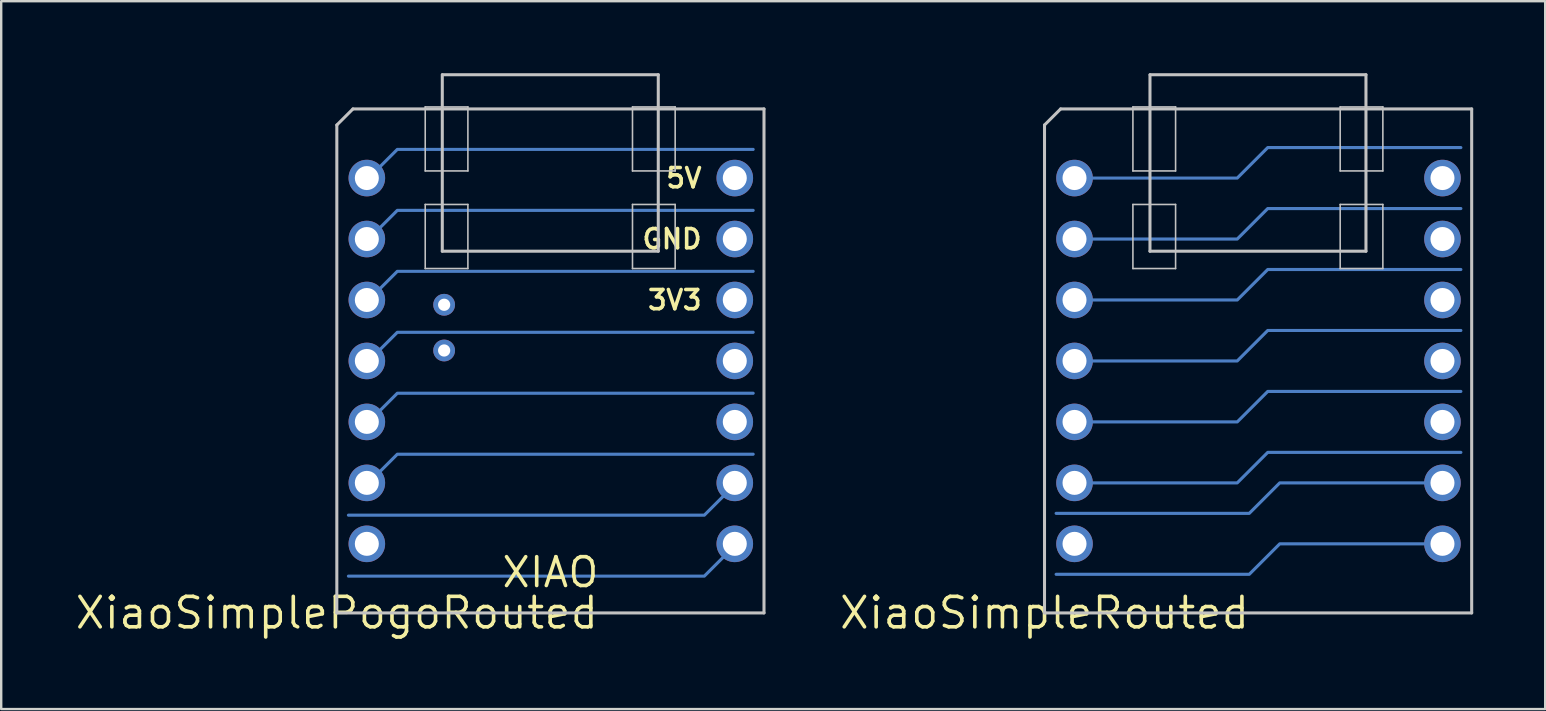
<source format=kicad_pcb>
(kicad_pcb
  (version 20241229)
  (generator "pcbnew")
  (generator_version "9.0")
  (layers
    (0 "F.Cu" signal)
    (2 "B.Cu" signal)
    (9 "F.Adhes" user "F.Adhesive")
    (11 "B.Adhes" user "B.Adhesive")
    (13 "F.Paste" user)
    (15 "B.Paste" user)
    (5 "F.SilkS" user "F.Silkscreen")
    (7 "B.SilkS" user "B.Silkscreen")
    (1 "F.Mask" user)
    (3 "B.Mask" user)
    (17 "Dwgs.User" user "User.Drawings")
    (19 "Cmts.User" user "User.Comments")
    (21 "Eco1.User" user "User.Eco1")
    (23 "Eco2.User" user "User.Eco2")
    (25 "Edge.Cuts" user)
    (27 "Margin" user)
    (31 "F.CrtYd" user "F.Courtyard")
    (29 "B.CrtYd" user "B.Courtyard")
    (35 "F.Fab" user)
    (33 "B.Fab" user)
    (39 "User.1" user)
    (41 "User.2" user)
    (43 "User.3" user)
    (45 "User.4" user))
  (footprint "XiaoSimpleRouted"
    (layer "F.Cu")
    (at 40.47 22.487)
    (property "Reference" "XiaoSimpleRouted" (at 0 0 0) (layer "F.SilkS") (effects (font (size 1.27 1.27) (thickness 0.15))))
    (attr smd)
    (fp_line (start 0 -20.328) (end 0 0) (stroke (width 0.127) (type solid)) (layer "Dwgs.User"))
    (fp_line (start 0 0) (end 17.798 0) (stroke (width 0.127) (type solid)) (layer "Dwgs.User"))
    (fp_line (start 0.671 -20.998) (end 0 -20.328) (stroke (width 0.127) (type solid)) (layer "Dwgs.User"))
    (fp_line (start 3.683 -21.082) (end 5.461 -21.082) (stroke (width 0.066) (type solid)) (layer "Dwgs.User"))
    (fp_line (start 3.683 -18.415) (end 3.683 -21.082) (stroke (width 0.066) (type solid)) (layer "Dwgs.User"))
    (fp_line (start 3.683 -18.415) (end 5.461 -18.415) (stroke (width 0.066) (type solid)) (layer "Dwgs.User"))
    (fp_line (start 3.683 -17.018) (end 5.461 -17.018) (stroke (width 0.066) (type solid)) (layer "Dwgs.User"))
    (fp_line (start 3.683 -14.348) (end 3.683 -17.018) (stroke (width 0.066) (type solid)) (layer "Dwgs.User"))
    (fp_line (start 3.683 -14.348) (end 5.461 -14.348) (stroke (width 0.066) (type solid)) (layer "Dwgs.User"))
    (fp_line (start 4.394 -15.07) (end 4.394 -22.423) (stroke (width 0.127) (type solid)) (layer "Dwgs.User"))
    (fp_line (start 4.399 -22.423) (end 13.393 -22.423) (stroke (width 0.127) (type solid)) (layer "Dwgs.User"))
    (fp_line (start 5.461 -18.415) (end 5.461 -21.082) (stroke (width 0.066) (type solid)) (layer "Dwgs.User"))
    (fp_line (start 5.461 -14.348) (end 5.461 -17.018) (stroke (width 0.066) (type solid)) (layer "Dwgs.User"))
    (fp_line (start 12.319 -21.082) (end 14.097 -21.082) (stroke (width 0.066) (type solid)) (layer "Dwgs.User"))
    (fp_line (start 12.319 -18.415) (end 12.319 -21.082) (stroke (width 0.066) (type solid)) (layer "Dwgs.User"))
    (fp_line (start 12.319 -18.415) (end 14.097 -18.415) (stroke (width 0.066) (type solid)) (layer "Dwgs.User"))
    (fp_line (start 12.319 -17.018) (end 14.097 -17.018) (stroke (width 0.066) (type solid)) (layer "Dwgs.User"))
    (fp_line (start 12.319 -14.348) (end 12.319 -17.018) (stroke (width 0.066) (type solid)) (layer "Dwgs.User"))
    (fp_line (start 12.319 -14.348) (end 14.097 -14.348) (stroke (width 0.066) (type solid)) (layer "Dwgs.User"))
    (fp_line (start 13.393 -22.423) (end 13.393 -15.07) (stroke (width 0.127) (type solid)) (layer "Dwgs.User"))
    (fp_line (start 13.393 -15.07) (end 4.394 -15.07) (stroke (width 0.127) (type solid)) (layer "Dwgs.User"))
    (fp_line (start 14.097 -18.415) (end 14.097 -21.082) (stroke (width 0.066) (type solid)) (layer "Dwgs.User"))
    (fp_line (start 14.097 -14.348) (end 14.097 -17.018) (stroke (width 0.066) (type solid)) (layer "Dwgs.User"))
    (fp_line (start 17.798 -20.998) (end 0.671 -20.998) (stroke (width 0.127) (type solid)) (layer "Dwgs.User"))
    (fp_line (start 17.798 0) (end 17.798 -20.998) (stroke (width 0.127) (type solid)) (layer "Dwgs.User"))
    (pad "1" thru_hole circle (at 1.25 -18.118) (size 1.524 1.524) (drill 1) (layers "*.Cu" "*.Mask"))
    (pad "1" smd custom (at 17.35 -19.388) (size 0.13 0.13) (layers "B.Cu") (options (anchor circle)) (primitives (gr_line (start 0 0) (end -8.05 0) (width 0.13)) (gr_line (start -8.05 0) (end -9.32 1.27) (width 0.13)) (gr_line (start -9.32 1.27) (end -16.1 1.27) (width 0.13))))
    (pad "2" thru_hole circle (at 1.25 -15.578) (size 1.524 1.524) (drill 1) (layers "*.Cu" "*.Mask"))
    (pad "2" smd custom (at 17.35 -16.848) (size 0.13 0.13) (layers "B.Cu") (options (anchor circle)) (primitives (gr_line (start 0 0) (end -8.05 0) (width 0.13)) (gr_line (start -8.05 0) (end -9.32 1.27) (width 0.13)) (gr_line (start -9.32 1.27) (end -16.1 1.27) (width 0.13))))
    (pad "3" thru_hole circle (at 1.25 -13.038) (size 1.524 1.524) (drill 1) (layers "*.Cu" "*.Mask"))
    (pad "3" smd custom (at 17.35 -14.308) (size 0.13 0.13) (layers "B.Cu") (options (anchor circle)) (primitives (gr_line (start 0 0) (end -8.05 0) (width 0.13)) (gr_line (start -8.05 0) (end -9.32 1.27) (width 0.13)) (gr_line (start -9.32 1.27) (end -16.1 1.27) (width 0.13))))
    (pad "4" thru_hole circle (at 1.25 -10.498) (size 1.524 1.524) (drill 1) (layers "*.Cu" "*.Mask"))
    (pad "4" smd custom (at 17.35 -11.768) (size 0.13 0.13) (layers "B.Cu") (options (anchor circle)) (primitives (gr_line (start 0 0) (end -8.05 0) (width 0.13)) (gr_line (start -8.05 0) (end -9.32 1.27) (width 0.13)) (gr_line (start -9.32 1.27) (end -16.1 1.27) (width 0.13))))
    (pad "5" thru_hole circle (at 1.25 -7.958) (size 1.524 1.524) (drill 1) (layers "*.Cu" "*.Mask"))
    (pad "5" smd custom (at 17.35 -9.228) (size 0.13 0.13) (layers "B.Cu") (options (anchor circle)) (primitives (gr_line (start 0 0) (end -8.05 0) (width 0.13)) (gr_line (start -8.05 0) (end -9.32 1.27) (width 0.13)) (gr_line (start -9.32 1.27) (end -16.1 1.27) (width 0.13))))
    (pad "6" thru_hole circle (at 1.25 -5.418) (size 1.524 1.524) (drill 1) (layers "*.Cu" "*.Mask"))
    (pad "6" smd custom (at 17.35 -6.688) (size 0.13 0.13) (layers "B.Cu") (options (anchor circle)) (primitives (gr_line (start 0 0) (end -8.05 0) (width 0.13)) (gr_line (start -8.05 0) (end -9.32 1.27) (width 0.13)) (gr_line (start -9.32 1.27) (end -16.1 1.27) (width 0.13))))
    (pad "7" thru_hole circle (at 1.25 -2.878) (size 1.524 1.524) (drill 1) (layers "*.Cu" "*.Mask"))
    (pad "8" smd custom (at 0.481 -1.608 180) (size 0.13 0.13) (layers "B.Cu") (options (anchor circle)) (primitives (gr_line (start 0 0) (end -8.05 0) (width 0.13)) (gr_line (start -8.05 0) (end -9.32 1.27) (width 0.13)) (gr_line (start -9.32 1.27) (end -16.1 1.27) (width 0.13))))
    (pad "8" thru_hole circle (at 16.581 -2.878) (size 1.524 1.524) (drill 1) (layers "*.Cu" "*.Mask"))
    (pad "9" smd custom (at 0.481 -4.148 180) (size 0.13 0.13) (layers "B.Cu") (options (anchor circle)) (primitives (gr_line (start 0 0) (end -8.05 0) (width 0.13)) (gr_line (start -8.05 0) (end -9.32 1.27) (width 0.13)) (gr_line (start -9.32 1.27) (end -16.1 1.27) (width 0.13))))
    (pad "9" thru_hole circle (at 16.581 -5.418) (size 1.524 1.524) (drill 1) (layers "*.Cu" "*.Mask"))
    (pad "10" thru_hole circle (at 16.581 -7.958) (size 1.524 1.524) (drill 1) (layers "*.Cu" "*.Mask"))
    (pad "11" thru_hole circle (at 16.581 -10.498) (size 1.524 1.524) (drill 1) (layers "*.Cu" "*.Mask"))
    (pad "12" thru_hole circle (at 16.581 -13.038) (size 1.524 1.524) (drill 1) (layers "*.Cu" "*.Mask"))
    (pad "13" thru_hole circle (at 16.581 -15.578) (size 1.524 1.524) (drill 1) (layers "*.Cu" "*.Mask"))
    (pad "14" thru_hole circle (at 16.581 -18.118) (size 1.524 1.524) (drill 1) (layers "*.Cu" "*.Mask"))
    (zone (net_name "") (layers "F.Cu" "B.Cu") (hatch edge 0.508) (connect_pads) (min_thickness 0.254) (filled_areas_thickness no) (keepout (tracks allowed) (vias allowed) (pads allowed) (copperpour not_allowed) (footprints allowed)) (placement (enabled no)) (fill) (polygon (pts (xy 58.27 22.487) (xy 40.47 22.487) (xy 40.47 1.487) (xy 58.27 1.487)))))
  (footprint "XiaoSimplePogoRouted"
    (layer "F.Cu")
    (at 10.984 22.487)
    (property "Reference" "XiaoSimplePogoRouted" (at 0 0 0) (layer "F.SilkS") (effects (font (size 1.27 1.27) (thickness 0.15))))
    (attr smd)
    (fp_line (start 0 -20.328) (end 0 0) (stroke (width 0.127) (type solid)) (layer "Dwgs.User"))
    (fp_line (start 0 0) (end 17.798 0) (stroke (width 0.127) (type solid)) (layer "Dwgs.User"))
    (fp_line (start 0.671 -20.998) (end 0 -20.328) (stroke (width 0.127) (type solid)) (layer "Dwgs.User"))
    (fp_line (start 3.683 -21.082) (end 5.461 -21.082) (stroke (width 0.066) (type solid)) (layer "Dwgs.User"))
    (fp_line (start 3.683 -18.415) (end 3.683 -21.082) (stroke (width 0.066) (type solid)) (layer "Dwgs.User"))
    (fp_line (start 3.683 -18.415) (end 5.461 -18.415) (stroke (width 0.066) (type solid)) (layer "Dwgs.User"))
    (fp_line (start 3.683 -17.018) (end 5.461 -17.018) (stroke (width 0.066) (type solid)) (layer "Dwgs.User"))
    (fp_line (start 3.683 -14.348) (end 3.683 -17.018) (stroke (width 0.066) (type solid)) (layer "Dwgs.User"))
    (fp_line (start 3.683 -14.348) (end 5.461 -14.348) (stroke (width 0.066) (type solid)) (layer "Dwgs.User"))
    (fp_line (start 4.394 -15.07) (end 4.394 -22.423) (stroke (width 0.127) (type solid)) (layer "Dwgs.User"))
    (fp_line (start 4.399 -22.423) (end 13.393 -22.423) (stroke (width 0.127) (type solid)) (layer "Dwgs.User"))
    (fp_line (start 5.461 -18.415) (end 5.461 -21.082) (stroke (width 0.066) (type solid)) (layer "Dwgs.User"))
    (fp_line (start 5.461 -14.348) (end 5.461 -17.018) (stroke (width 0.066) (type solid)) (layer "Dwgs.User"))
    (fp_line (start 12.319 -21.082) (end 14.097 -21.082) (stroke (width 0.066) (type solid)) (layer "Dwgs.User"))
    (fp_line (start 12.319 -18.415) (end 12.319 -21.082) (stroke (width 0.066) (type solid)) (layer "Dwgs.User"))
    (fp_line (start 12.319 -18.415) (end 14.097 -18.415) (stroke (width 0.066) (type solid)) (layer "Dwgs.User"))
    (fp_line (start 12.319 -17.018) (end 14.097 -17.018) (stroke (width 0.066) (type solid)) (layer "Dwgs.User"))
    (fp_line (start 12.319 -14.348) (end 12.319 -17.018) (stroke (width 0.066) (type solid)) (layer "Dwgs.User"))
    (fp_line (start 12.319 -14.348) (end 14.097 -14.348) (stroke (width 0.066) (type solid)) (layer "Dwgs.User"))
    (fp_line (start 13.393 -22.423) (end 13.393 -15.07) (stroke (width 0.127) (type solid)) (layer "Dwgs.User"))
    (fp_line (start 13.393 -15.07) (end 4.394 -15.07) (stroke (width 0.127) (type solid)) (layer "Dwgs.User"))
    (fp_line (start 14.097 -18.415) (end 14.097 -21.082) (stroke (width 0.066) (type solid)) (layer "Dwgs.User"))
    (fp_line (start 14.097 -14.348) (end 14.097 -17.018) (stroke (width 0.066) (type solid)) (layer "Dwgs.User"))
    (fp_line (start 17.798 -20.998) (end 0.671 -20.998) (stroke (width 0.127) (type solid)) (layer "Dwgs.User"))
    (fp_line (start 17.798 0) (end 17.798 -20.998) (stroke (width 0.127) (type solid)) (layer "Dwgs.User"))
    (fp_text user "XIAO" (at 8.899 -1.69 0) (unlocked yes) (layer "F.SilkS") (effects (font (size 1.2 1.2) (thickness 0.15))))
    (fp_text user "3V3" (at 14.08 -13.038 0) (unlocked yes) (layer "F.SilkS") (effects (font (size 0.8 0.8) (thickness 0.15))))
    (fp_text user "GND" (at 13.966 -15.578 0) (unlocked yes) (layer "F.SilkS") (effects (font (size 0.8 0.8) (thickness 0.15))))
    (fp_text user "5V" (at 14.461 -18.118 0) (unlocked yes) (layer "F.SilkS") (effects (font (size 0.8 0.8) (thickness 0.15))))
    (pad "1" thru_hole circle (at 1.25 -18.118) (size 1.524 1.524) (drill 1) (layers "*.Cu" "*.Mask"))
    (pad "1" smd custom (at 17.35 -19.312) (size 0.13 0.13) (layers "B.Cu") (options (anchor circle)) (primitives (gr_line (start 0 0) (end -14.83 0) (width 0.13)) (gr_line (start -14.83 0) (end -16.1 1.27) (width 0.13))))
    (pad "2" thru_hole circle (at 1.25 -15.578) (size 1.524 1.524) (drill 1) (layers "*.Cu" "*.Mask"))
    (pad "2" smd custom (at 17.35 -16.772) (size 0.13 0.13) (layers "B.Cu") (options (anchor circle)) (primitives (gr_line (start 0 0) (end -14.83 0) (width 0.13)) (gr_line (start -14.83 0) (end -16.1 1.27) (width 0.13))))
    (pad "3" thru_hole circle (at 1.25 -13.038) (size 1.524 1.524) (drill 1) (layers "*.Cu" "*.Mask"))
    (pad "3" smd custom (at 17.35 -14.232) (size 0.13 0.13) (layers "B.Cu") (options (anchor circle)) (primitives (gr_line (start 0 0) (end -14.83 0) (width 0.13)) (gr_line (start -14.83 0) (end -16.1 1.27) (width 0.13))))
    (pad "4" thru_hole circle (at 1.25 -10.498) (size 1.524 1.524) (drill 1) (layers "*.Cu" "*.Mask"))
    (pad "4" smd custom (at 17.35 -11.692) (size 0.13 0.13) (layers "B.Cu") (options (anchor circle)) (primitives (gr_line (start 0 0) (end -14.83 0) (width 0.13)) (gr_line (start -14.83 0) (end -16.1 1.27) (width 0.13))))
    (pad "5" thru_hole circle (at 1.25 -7.958) (size 1.524 1.524) (drill 1) (layers "*.Cu" "*.Mask"))
    (pad "5" smd custom (at 17.35 -9.152) (size 0.13 0.13) (layers "B.Cu") (options (anchor circle)) (primitives (gr_line (start 0 0) (end -14.83 0) (width 0.13)) (gr_line (start -14.83 0) (end -16.1 1.27) (width 0.13))))
    (pad "6" thru_hole circle (at 1.25 -5.418) (size 1.524 1.524) (drill 1) (layers "*.Cu" "*.Mask"))
    (pad "6" smd custom (at 17.35 -6.612) (size 0.13 0.13) (layers "B.Cu") (options (anchor circle)) (primitives (gr_line (start 0 0) (end -14.83 0) (width 0.13)) (gr_line (start -14.83 0) (end -16.1 1.27) (width 0.13))))
    (pad "7" thru_hole circle (at 1.25 -2.878) (size 1.524 1.524) (drill 1) (layers "*.Cu" "*.Mask"))
    (pad "8" smd custom (at 0.481 -1.532 180) (size 0.13 0.13) (layers "B.Cu") (options (anchor circle)) (primitives (gr_line (start 0 0) (end -14.83 0) (width 0.13)) (gr_line (start -14.83 0) (end -16.1 1.27) (width 0.13))))
    (pad "8" thru_hole circle (at 16.581 -2.878) (size 1.524 1.524) (drill 1) (layers "*.Cu" "*.Mask"))
    (pad "9" smd custom (at 0.481 -4.072 180) (size 0.13 0.13) (layers "B.Cu") (options (anchor circle)) (primitives (gr_line (start 0 0) (end -14.83 0) (width 0.13)) (gr_line (start -14.83 0) (end -16.1 1.27) (width 0.13))))
    (pad "9" thru_hole circle (at 16.581 -5.418) (size 1.524 1.524) (drill 1) (layers "*.Cu" "*.Mask"))
    (pad "10" thru_hole circle (at 16.581 -7.958) (size 1.524 1.524) (drill 1) (layers "*.Cu" "*.Mask"))
    (pad "11" thru_hole circle (at 16.581 -10.498) (size 1.524 1.524) (drill 1) (layers "*.Cu" "*.Mask"))
    (pad "12" thru_hole circle (at 16.581 -13.038) (size 1.524 1.524) (drill 1) (layers "*.Cu" "*.Mask"))
    (pad "13" thru_hole circle (at 16.581 -15.578) (size 1.524 1.524) (drill 1) (layers "*.Cu" "*.Mask"))
    (pad "14" thru_hole circle (at 16.581 -18.118) (size 1.524 1.524) (drill 1) (layers "*.Cu" "*.Mask"))
    (pad "B+" thru_hole circle (at 4.471 -10.934) (size 0.908 0.908) (drill 0.508) (layers "*.Cu" "*.Mask"))
    (pad "GND" thru_hole circle (at 4.471 -12.839) (size 0.908 0.908) (drill 0.508) (layers "*.Cu" "*.Mask"))
    (zone (net_name "") (layers "F.Cu" "B.Cu") (hatch edge 0.508) (connect_pads) (min_thickness 0.254) (filled_areas_thickness no) (keepout (tracks allowed) (vias allowed) (pads allowed) (copperpour not_allowed) (footprints allowed)) (placement (enabled no)) (fill) (polygon (pts (xy 28.784 22.487) (xy 10.984 22.487) (xy 10.984 1.487) (xy 28.784 1.487)))))
  (gr_rect
    (start -3 -3)
    (end 61.331 26.493)
    (stroke (width 0.1) (type default))
    (fill no)
    (layer "Edge.Cuts")))
</source>
